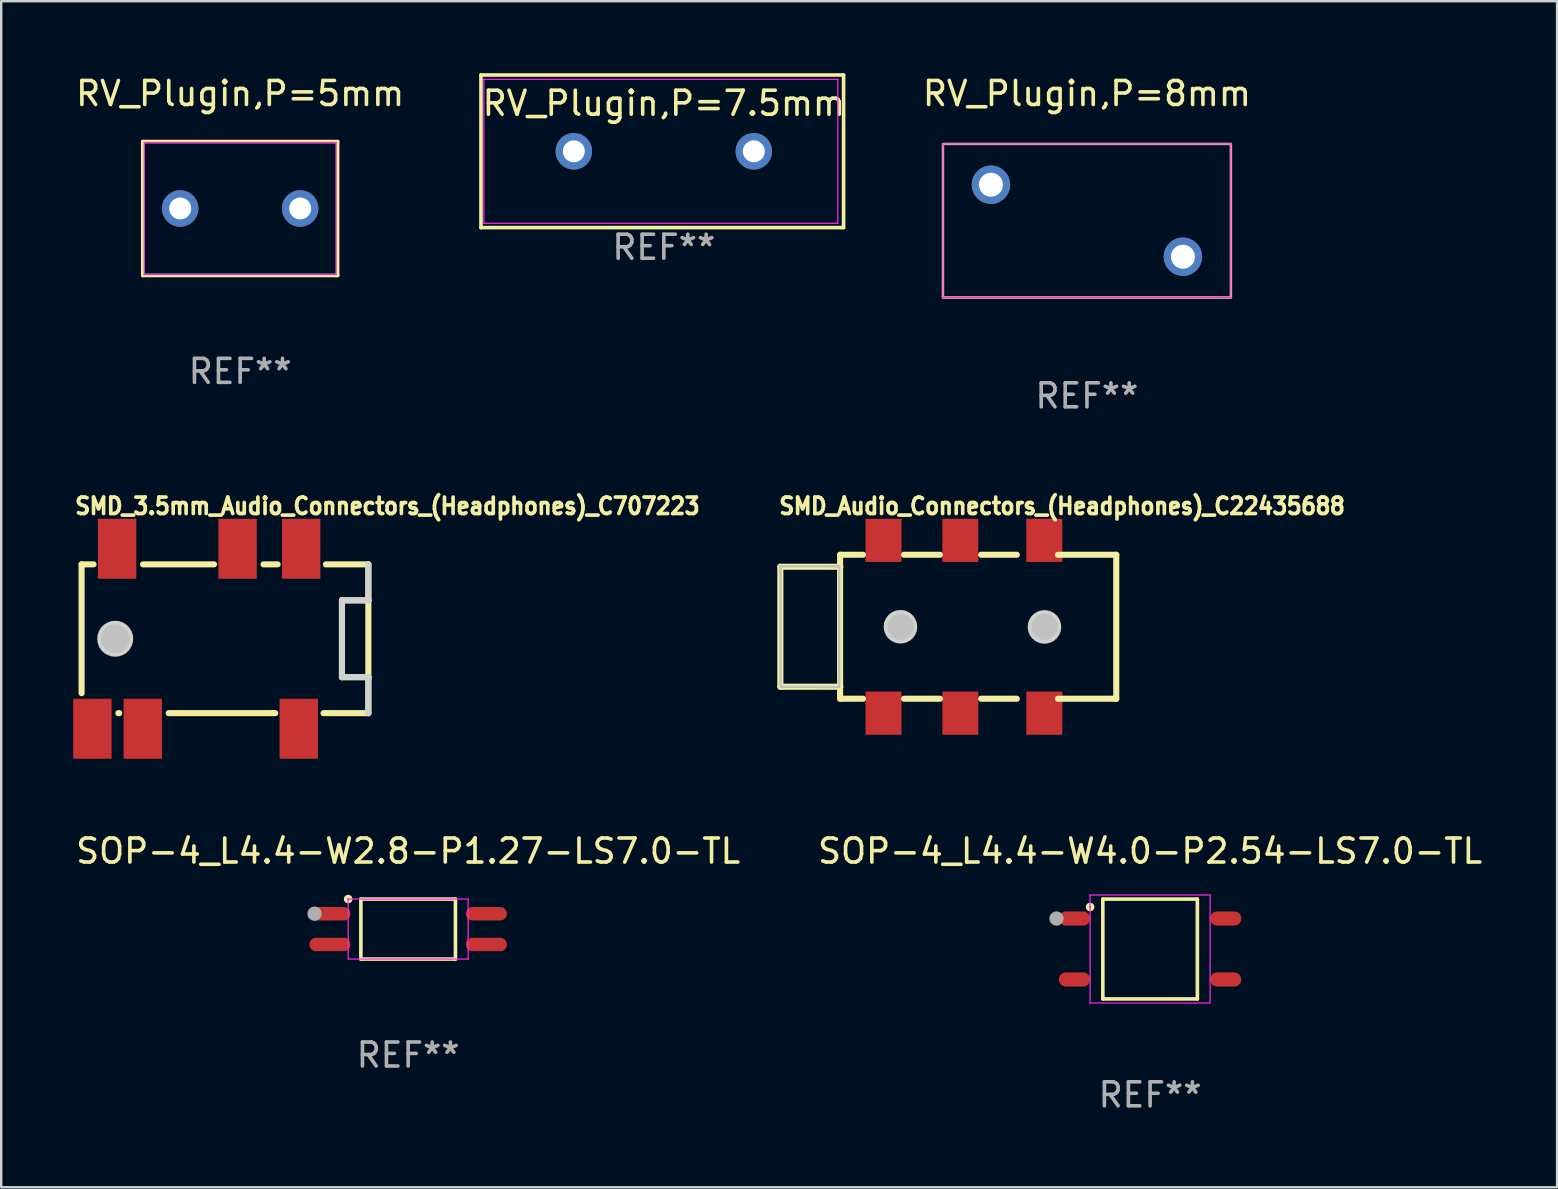
<source format=kicad_pcb>
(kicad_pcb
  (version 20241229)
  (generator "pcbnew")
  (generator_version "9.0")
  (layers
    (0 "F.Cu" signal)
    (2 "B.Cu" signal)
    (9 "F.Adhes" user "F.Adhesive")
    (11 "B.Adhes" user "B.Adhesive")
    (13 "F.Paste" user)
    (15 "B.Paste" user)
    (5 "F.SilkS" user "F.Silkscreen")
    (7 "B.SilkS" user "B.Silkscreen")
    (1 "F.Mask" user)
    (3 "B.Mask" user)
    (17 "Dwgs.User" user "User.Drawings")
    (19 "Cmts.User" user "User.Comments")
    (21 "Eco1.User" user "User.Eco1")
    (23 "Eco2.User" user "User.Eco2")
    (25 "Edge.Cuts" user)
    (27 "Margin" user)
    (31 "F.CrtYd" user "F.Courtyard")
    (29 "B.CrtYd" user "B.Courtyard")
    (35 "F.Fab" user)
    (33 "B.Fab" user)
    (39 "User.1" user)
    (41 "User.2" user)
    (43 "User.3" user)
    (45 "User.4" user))
  (footprint "RV_Plugin,P=7.5mm"
    (layer "F.Cu")
    (at 24.612 3.255)
    (property "Reference" "RV_Plugin,P=7.5mm" (at 0 -2 0) (layer "F.SilkS") (effects (font (size 1 1) (thickness 0.15))))
    (attr through_hole)
    (fp_line (start -7.62 -3.18) (end -7.62 3.18) (stroke (width 0.15) (type solid)) (layer "F.SilkS"))
    (fp_line (start -7.62 3.18) (end 7.49 3.18) (stroke (width 0.15) (type solid)) (layer "F.SilkS"))
    (fp_line (start 7.49 -3.18) (end -7.62 -3.18) (stroke (width 0.15) (type solid)) (layer "F.SilkS"))
    (fp_line (start 7.49 3.18) (end 7.49 -3.18) (stroke (width 0.15) (type solid)) (layer "F.SilkS"))
    (fp_line (start -7.5 -3) (end 7.25 -3) (stroke (width 0.05) (type default)) (layer "F.CrtYd"))
    (fp_line (start -7.5 3) (end -7.5 -3) (stroke (width 0.05) (type default)) (layer "F.CrtYd"))
    (fp_line (start 7.25 -3) (end 7.25 3) (stroke (width 0.05) (type default)) (layer "F.CrtYd"))
    (fp_line (start 7.25 3) (end -7.5 3) (stroke (width 0.05) (type default)) (layer "F.CrtYd"))
    (fp_text user "REF**" (at 0 4 0) (layer "F.Fab") (effects (font (size 1 1) (thickness 0.15))))
    (pad "1" thru_hole circle (at -3.75 0) (size 1.52 1.52) (drill 0.914) (layers "*.Cu" "*.Mask"))
    (pad "2" thru_hole circle (at 3.75 0) (size 1.52 1.52) (drill 0.914) (layers "*.Cu" "*.Mask")))
  (footprint "RV_Plugin,P=8mm"
    (layer "F.Cu")
    (at 42.243 6.148)
    (property "Reference" "RV_Plugin,P=8mm" (at 0 -5.3 0) (layer "F.SilkS") (effects (font (size 1 1) (thickness 0.15))))
    (attr through_hole)
    (fp_rect (start -6 -3.2) (end 6 3.2) (stroke (width 0.1) (type default)) (fill no) (layer "F.SilkS"))
    (fp_line (start -6 -3.2) (end 6 -3.2) (stroke (width 0.05) (type default)) (layer "F.CrtYd"))
    (fp_line (start -6 3.2) (end -6 -3.2) (stroke (width 0.05) (type default)) (layer "F.CrtYd"))
    (fp_line (start 6 -3.2) (end 6 3.2) (stroke (width 0.05) (type default)) (layer "F.CrtYd"))
    (fp_line (start 6 3.2) (end -6 3.2) (stroke (width 0.05) (type default)) (layer "F.CrtYd"))
    (fp_text user "REF**" (at 0 7.3 0) (layer "F.Fab") (effects (font (size 1 1) (thickness 0.15))))
    (pad "1" thru_hole circle (at -4 -1.5) (size 1.6 1.6) (drill 1) (layers "*.Cu" "*.Mask"))
    (pad "2" thru_hole circle (at 4 1.5) (size 1.6 1.6) (drill 1) (layers "*.Cu" "*.Mask")))
  (footprint "SMD_3.5mm_Audio_Connectors_(Headphones)_C707223"
    (layer "F.Cu")
    (at 5.15 23.567)
    (property "Reference" "SMD_3.5mm_Audio_Connectors_(Headphones)_C707223" (at -5.15 -5.127 0) (layer "F.SilkS") (effects (font (size 0.686 0.628) (thickness 0.152)) (justify left bottom)))
    (fp_line (start -4.8 -3.1) (end -4.8 2.269) (stroke (width 0.254) (type default)) (layer "F.SilkS"))
    (fp_line (start -4.301 -3.1) (end -4.8 -3.1) (stroke (width 0.254) (type default)) (layer "F.SilkS"))
    (fp_line (start -3.232 3.1) (end -3.269 3.1) (stroke (width 0.254) (type default)) (layer "F.SilkS"))
    (fp_line (start 0.719 -3.1) (end -2.239 -3.1) (stroke (width 0.254) (type default)) (layer "F.SilkS"))
    (fp_line (start 3.269 3.1) (end -1.169 3.1) (stroke (width 0.254) (type default)) (layer "F.SilkS"))
    (fp_line (start 3.369 -3.1) (end 2.781 -3.1) (stroke (width 0.254) (type default)) (layer "F.SilkS"))
    (fp_line (start 5.281 3.1) (end 7.15 3.1) (stroke (width 0.254) (type default)) (layer "F.SilkS"))
    (fp_line (start 5.381 -3.1) (end 7.15 -3.1) (stroke (width 0.254) (type default)) (layer "F.SilkS"))
    (fp_line (start 6.05 -1.6) (end 6.05 1.6) (stroke (width 0.254) (type default)) (layer "F.SilkS"))
    (fp_line (start 6.05 1.6) (end 7.15 1.6) (stroke (width 0.254) (type default)) (layer "F.SilkS"))
    (fp_line (start 7.15 -3.1) (end 7.15 -1.6) (stroke (width 0.254) (type default)) (layer "F.SilkS"))
    (fp_line (start 7.15 -1.6) (end 6.05 -1.6) (stroke (width 0.254) (type default)) (layer "F.SilkS"))
    (fp_line (start 7.15 -1.6) (end 7.15 1.6) (stroke (width 0.254) (type default)) (layer "F.SilkS"))
    (fp_line (start 7.15 1.6) (end 7.15 3.1) (stroke (width 0.254) (type default)) (layer "F.SilkS"))
    (fp_circle (center -3.4 0) (end -3.1 0) (stroke (width 0.6) (type default)) (fill no) (layer "Dwgs.User"))
    (fp_line (start 6.05 -1.6) (end 6.05 1.6) (stroke (width 0.254) (type default)) (layer "Edge.Cuts"))
    (fp_line (start 6.05 1.6) (end 7.15 1.6) (stroke (width 0.254) (type default)) (layer "Edge.Cuts"))
    (fp_line (start 7.15 -3.1) (end 7.15 -1.6) (stroke (width 0.254) (type default)) (layer "Edge.Cuts"))
    (fp_line (start 7.15 -1.6) (end 6.05 -1.6) (stroke (width 0.254) (type default)) (layer "Edge.Cuts"))
    (fp_line (start 7.15 1.6) (end 7.15 3.1) (stroke (width 0.254) (type default)) (layer "Edge.Cuts"))
    (fp_poly (pts (xy -2.65 0) (xy -2.669 -0.167) (xy -2.724 -0.325) (xy -2.814 -0.468) (xy -2.932 -0.586) (xy -3.075 -0.676) (xy -3.233 -0.731) (xy -3.4 -0.75) (xy -3.567 -0.731) (xy -3.725 -0.676) (xy -3.868 -0.586) (xy -3.986 -0.468) (xy -4.076 -0.325) (xy -4.131 -0.167) (xy -4.15 0) (xy -4.131 0.167) (xy -4.076 0.325) (xy -3.986 0.468) (xy -3.868 0.586) (xy -3.725 0.676) (xy -3.567 0.731) (xy -3.4 0.75) (xy -3.233 0.731) (xy -3.075 0.676) (xy -2.932 0.586) (xy -2.814 0.468) (xy -2.724 0.325) (xy -2.669 0.167)) (stroke (width 0) (type default)) (fill yes) (layer "Edge.Cuts"))
    (fp_poly (pts (xy -4.85 1.675) (xy -3.85 1.675) (xy -3.85 4.175) (xy -4.85 4.175)) (stroke (width 0.1) (type default)) (fill no) (layer "User.1"))
    (fp_poly (pts (xy -3.82 -4.175) (xy -2.82 -4.175) (xy -2.82 -2.675) (xy -3.82 -2.675)) (stroke (width 0.1) (type default)) (fill no) (layer "User.1"))
    (fp_poly (pts (xy -2.75 2.675) (xy -1.75 2.675) (xy -1.75 4.175) (xy -2.75 4.175)) (stroke (width 0.1) (type default)) (fill no) (layer "User.1"))
    (fp_poly (pts (xy 1.2 -4.175) (xy 2.2 -4.175) (xy 2.2 -2.675) (xy 1.2 -2.675)) (stroke (width 0.1) (type default)) (fill no) (layer "User.1"))
    (fp_poly (pts (xy 3.75 2.675) (xy 4.75 2.675) (xy 4.75 4.175) (xy 3.75 4.175)) (stroke (width 0.1) (type default)) (fill no) (layer "User.1"))
    (fp_poly (pts (xy 3.85 -4.175) (xy 4.85 -4.175) (xy 4.85 -3.075) (xy 3.85 -3.075)) (stroke (width 0.1) (type default)) (fill no) (layer "User.1"))
    (fp_line (start -4.85 -3.125) (end 7.15 -3.125) (stroke (width 0.051) (type default)) (layer "User.2"))
    (fp_line (start -4.85 3.125) (end -4.85 -3.125) (stroke (width 0.051) (type default)) (layer "User.2"))
    (fp_line (start 7.15 -3.125) (end 7.15 3.125) (stroke (width 0.051) (type default)) (layer "User.2"))
    (fp_line (start 7.15 3.125) (end -4.85 3.125) (stroke (width 0.051) (type default)) (layer "User.2"))
    (fp_poly (pts (xy 7.21 -4.175) (xy 7.192 -4.217) (xy 7.15 -4.235) (xy 7.108 -4.217) (xy 7.09 -4.175) (xy 7.108 -4.133) (xy 7.15 -4.115) (xy 7.192 -4.133)) (stroke (width 0.1) (type default)) (fill no) (layer "User.3"))
    (pad "1" smd rect (at 4.35 -3.75) (size 1.6 2.5) (layers "F.Cu" "F.Mask" "F.Paste"))
    (pad "2" smd rect (at -2.25 3.75) (size 1.6 2.5) (layers "F.Cu" "F.Mask" "F.Paste"))
    (pad "3" smd rect (at 1.7 -3.75) (size 1.6 2.5) (layers "F.Cu" "F.Mask" "F.Paste"))
    (pad "4" smd rect (at 4.25 3.75) (size 1.6 2.5) (layers "F.Cu" "F.Mask" "F.Paste"))
    (pad "5" smd rect (at -4.35 3.75) (size 1.6 2.5) (layers "F.Cu" "F.Mask" "F.Paste"))
    (pad "6" smd rect (at -3.32 -3.75) (size 1.6 2.5) (layers "F.Cu" "F.Mask" "F.Paste")))
  (footprint "SMD_Audio_Connectors_(Headphones)_C22435688"
    (layer "F.Cu")
    (at 37.117 23.067)
    (property "Reference" "SMD_Audio_Connectors_(Headphones)_C22435688" (at -7.777 -4.627 0) (layer "F.SilkS") (effects (font (size 0.686 0.628) (thickness 0.152)) (justify left bottom)))
    (fp_line (start -7.65 -2.5) (end -5.15 -2.5) (stroke (width 0.254) (type default)) (layer "F.SilkS"))
    (fp_line (start -7.649 2.5) (end -7.649 -2.5) (stroke (width 0.254) (type default)) (layer "F.SilkS"))
    (fp_line (start -7.649 2.5) (end -5.151 2.5) (stroke (width 0.254) (type default)) (layer "F.SilkS"))
    (fp_line (start -5.16 3) (end -5.16 -3) (stroke (width 0.254) (type default)) (layer "F.SilkS"))
    (fp_line (start -5.16 3) (end -4.206 3) (stroke (width 0.254) (type default)) (layer "F.SilkS"))
    (fp_line (start -4.206 -3) (end -5.15 -3) (stroke (width 0.254) (type default)) (layer "F.SilkS"))
    (fp_line (start -2.494 3) (end -0.996 3) (stroke (width 0.254) (type default)) (layer "F.SilkS"))
    (fp_line (start -0.996 -3) (end -2.494 -3) (stroke (width 0.254) (type default)) (layer "F.SilkS"))
    (fp_line (start 0.717 3) (end 2.204 3) (stroke (width 0.254) (type default)) (layer "F.SilkS"))
    (fp_line (start 2.204 -3) (end 0.717 -3) (stroke (width 0.254) (type default)) (layer "F.SilkS"))
    (fp_line (start 3.917 3) (end 6.348 3) (stroke (width 0.254) (type default)) (layer "F.SilkS"))
    (fp_line (start 6.348 3.003) (end 6.348 -2.997) (stroke (width 0.254) (type default)) (layer "F.SilkS"))
    (fp_line (start 6.35 -3) (end 3.917 -3) (stroke (width 0.254) (type default)) (layer "F.SilkS"))
    (fp_circle (center -2.644 0) (end -2.369 0) (stroke (width 0.55) (type default)) (fill no) (layer "Dwgs.User"))
    (fp_circle (center 3.356 0) (end 3.631 0) (stroke (width 0.55) (type default)) (fill no) (layer "Dwgs.User"))
    (fp_poly (pts (xy -7.644 2.5) (xy -7.644 -2.52) (xy -5.194 -2.52) (xy -5.194 2.51) (xy -5.375 2.51)) (stroke (width 0.1) (type default)) (fill no) (layer "Dwgs.User"))
    (fp_poly (pts (xy -1.944 0) (xy -1.965 -0.168) (xy -2.025 -0.325) (xy -2.121 -0.464) (xy -2.247 -0.576) (xy -2.396 -0.655) (xy -2.56 -0.695) (xy -2.729 -0.695) (xy -2.893 -0.655) (xy -3.042 -0.576) (xy -3.168 -0.464) (xy -3.264 -0.325) (xy -3.324 -0.168) (xy -3.345 0) (xy -3.324 0.168) (xy -3.264 0.325) (xy -3.168 0.464) (xy -3.042 0.576) (xy -2.893 0.655) (xy -2.729 0.695) (xy -2.56 0.695) (xy -2.396 0.655) (xy -2.247 0.576) (xy -2.121 0.464) (xy -2.025 0.325) (xy -1.965 0.168)) (stroke (width 0) (type default)) (fill yes) (layer "Edge.Cuts"))
    (fp_poly (pts (xy 4.056 0.007) (xy 4.035 -0.16) (xy 3.975 -0.318) (xy 3.879 -0.457) (xy 3.753 -0.569) (xy 3.604 -0.647) (xy 3.44 -0.687) (xy 3.271 -0.687) (xy 3.107 -0.647) (xy 2.958 -0.569) (xy 2.832 -0.457) (xy 2.736 -0.318) (xy 2.676 -0.16) (xy 2.655 0.007) (xy 2.676 0.175) (xy 2.736 0.333) (xy 2.832 0.472) (xy 2.958 0.584) (xy 3.107 0.662) (xy 3.271 0.702) (xy 3.44 0.702) (xy 3.604 0.662) (xy 3.753 0.584) (xy 3.879 0.472) (xy 3.975 0.333) (xy 4.035 0.175)) (stroke (width 0) (type default)) (fill yes) (layer "Edge.Cuts"))
    (fp_poly (pts (xy -3.85 -4) (xy -2.85 -4) (xy -2.85 -2.7) (xy -3.85 -2.7)) (stroke (width 0.1) (type default)) (fill no) (layer "User.1"))
    (fp_poly (pts (xy -3.85 2.7) (xy -2.85 2.7) (xy -2.85 4) (xy -3.85 4)) (stroke (width 0.1) (type default)) (fill no) (layer "User.1"))
    (fp_poly (pts (xy -0.65 -4) (xy 0.349 -4) (xy 0.349 -2.7) (xy -0.65 -2.7)) (stroke (width 0.1) (type default)) (fill no) (layer "User.1"))
    (fp_poly (pts (xy -0.65 2.7) (xy 0.349 2.7) (xy 0.349 4) (xy -0.65 4)) (stroke (width 0.1) (type default)) (fill no) (layer "User.1"))
    (fp_poly (pts (xy 2.85 -4) (xy 3.85 -4) (xy 3.85 -2.7) (xy 2.85 -2.7)) (stroke (width 0.1) (type default)) (fill no) (layer "User.1"))
    (fp_poly (pts (xy 2.85 2.7) (xy 3.85 2.7) (xy 3.85 4) (xy 2.85 4)) (stroke (width 0.1) (type default)) (fill no) (layer "User.1"))
    (fp_line (start -7.649 -2.5) (end -5.149 -2.5) (stroke (width 0.051) (type default)) (layer "User.2"))
    (fp_line (start -7.649 2.5) (end -7.649 -2.5) (stroke (width 0.051) (type default)) (layer "User.2"))
    (fp_line (start -5.149 -3) (end 6.351 -3) (stroke (width 0.051) (type default)) (layer "User.2"))
    (fp_line (start -5.149 -2.5) (end -5.149 -3) (stroke (width 0.051) (type default)) (layer "User.2"))
    (fp_line (start -5.149 2.5) (end -7.649 2.5) (stroke (width 0.051) (type default)) (layer "User.2"))
    (fp_line (start -5.149 3) (end -5.149 2.5) (stroke (width 0.051) (type default)) (layer "User.2"))
    (fp_line (start 6.351 -3) (end 6.351 3) (stroke (width 0.051) (type default)) (layer "User.2"))
    (fp_line (start 6.351 3) (end -5.149 3) (stroke (width 0.051) (type default)) (layer "User.2"))
    (fp_poly (pts (xy -7.589 -4) (xy -7.607 -4.042) (xy -7.649 -4.06) (xy -7.691 -4.042) (xy -7.709 -4) (xy -7.691 -3.958) (xy -7.649 -3.94) (xy -7.607 -3.958)) (stroke (width 0.1) (type default)) (fill no) (layer "User.3"))
    (pad "1" smd rect (at -3.35 -3.6 180) (size 1.5 1.8) (layers "F.Cu" "F.Mask" "F.Paste"))
    (pad "1" smd rect (at -3.35 3.6 180) (size 1.5 1.8) (layers "F.Cu" "F.Mask" "F.Paste"))
    (pad "2" smd rect (at -0.15 -3.6 180) (size 1.5 1.8) (layers "F.Cu" "F.Mask" "F.Paste"))
    (pad "2" smd rect (at -0.15 3.6 180) (size 1.5 1.8) (layers "F.Cu" "F.Mask" "F.Paste"))
    (pad "3" smd rect (at 3.35 -3.6 180) (size 1.5 1.8) (layers "F.Cu" "F.Mask" "F.Paste"))
    (pad "3" smd rect (at 3.35 3.6 180) (size 1.5 1.8) (layers "F.Cu" "F.Mask" "F.Paste")))
  (footprint "SOP-4_L4.4-W4.0-P2.54-LS7.0-TL"
    (layer "F.Cu")
    (at 44.875 36.495)
    (property "Reference" "SOP-4_L4.4-W4.0-P2.54-LS7.0-TL" (at 0 -4.08 0) (layer "F.SilkS") (effects (font (size 1 1) (thickness 0.15))))
    (attr smd)
    (fp_line (start -1.97 -2.08) (end 1.97 -2.08) (stroke (width 0.15) (type solid)) (layer "F.SilkS"))
    (fp_line (start -1.97 2.08) (end -1.97 -2.08) (stroke (width 0.15) (type solid)) (layer "F.SilkS"))
    (fp_line (start 1.97 -2.08) (end 1.97 2.08) (stroke (width 0.15) (type solid)) (layer "F.SilkS"))
    (fp_line (start 1.97 2.08) (end -1.97 2.08) (stroke (width 0.15) (type solid)) (layer "F.SilkS"))
    (fp_circle (center -2.5 -1.75) (end -2.47 -1.75) (stroke (width 0.15) (type solid)) (fill no) (layer "F.SilkS"))
    (fp_line (start -2.5 -2.25) (end 2.5 -2.25) (stroke (width 0.05) (type default)) (layer "F.CrtYd"))
    (fp_line (start -2.5 2.25) (end -2.5 -2.25) (stroke (width 0.05) (type default)) (layer "F.CrtYd"))
    (fp_line (start 2.5 -2.25) (end 2.5 2.25) (stroke (width 0.05) (type default)) (layer "F.CrtYd"))
    (fp_line (start 2.5 2.25) (end -2.5 2.25) (stroke (width 0.05) (type default)) (layer "F.CrtYd"))
    (fp_circle (center -3.9 -1.27) (end -3.75 -1.27) (stroke (width 0.3) (type solid)) (fill no) (layer "F.Fab"))
    (fp_text user "REF**" (at 0 6.08 0) (layer "F.Fab") (effects (font (size 1 1) (thickness 0.15))))
    (pad "1" smd oval (at -3.15 -1.27 270) (size 0.59 1.3) (layers "F.Cu" "F.Mask" "F.Paste"))
    (pad "2" smd oval (at -3.15 1.27 270) (size 0.59 1.3) (layers "F.Cu" "F.Mask" "F.Paste"))
    (pad "3" smd oval (at 3.15 1.27 270) (size 0.59 1.3) (layers "F.Cu" "F.Mask" "F.Paste"))
    (pad "4" smd oval (at 3.15 -1.27 270) (size 0.59 1.3) (layers "F.Cu" "F.Mask" "F.Paste")))
  (footprint "RV_Plugin,P=5mm"
    (layer "F.Cu")
    (at 6.958 5.638)
    (property "Reference" "RV_Plugin,P=5mm" (at 0 -4.79 0) (layer "F.SilkS") (effects (font (size 1 1) (thickness 0.15))))
    (attr through_hole)
    (fp_line (start -4.06 -2.79) (end 4.06 -2.79) (stroke (width 0.15) (type solid)) (layer "F.SilkS"))
    (fp_line (start -4.06 2.79) (end -4.06 -2.79) (stroke (width 0.15) (type solid)) (layer "F.SilkS"))
    (fp_line (start 4.06 -2.79) (end 4.06 2.79) (stroke (width 0.15) (type solid)) (layer "F.SilkS"))
    (fp_line (start 4.06 2.79) (end -4.06 2.79) (stroke (width 0.15) (type solid)) (layer "F.SilkS"))
    (fp_line (start -4 -2.75) (end 4 -2.75) (stroke (width 0.05) (type default)) (layer "F.CrtYd"))
    (fp_line (start -4 2.75) (end -4 -2.75) (stroke (width 0.05) (type default)) (layer "F.CrtYd"))
    (fp_line (start 4 -2.75) (end 4 2.75) (stroke (width 0.05) (type default)) (layer "F.CrtYd"))
    (fp_line (start 4 2.75) (end -4 2.75) (stroke (width 0.05) (type default)) (layer "F.CrtYd"))
    (fp_text user "REF**" (at 0 6.79 0) (layer "F.Fab") (effects (font (size 1 1) (thickness 0.15))))
    (pad "1" thru_hole circle (at -2.5 0) (size 1.52 1.52) (drill 0.914) (layers "*.Cu" "*.Mask"))
    (pad "2" thru_hole circle (at 2.5 0) (size 1.52 1.52) (drill 0.914) (layers "*.Cu" "*.Mask")))
  (footprint "SOP-4_L4.4-W2.8-P1.27-LS7.0-TL"
    (layer "F.Cu")
    (at 13.958 35.665)
    (property "Reference" "SOP-4_L4.4-W2.8-P1.27-LS7.0-TL" (at 0 -3.25 0) (layer "F.SilkS") (effects (font (size 1 1) (thickness 0.15))))
    (attr smd)
    (fp_line (start -1.97 -1.25) (end 1.97 -1.25) (stroke (width 0.15) (type solid)) (layer "F.SilkS"))
    (fp_line (start -1.97 1.25) (end -1.97 -1.25) (stroke (width 0.15) (type solid)) (layer "F.SilkS"))
    (fp_line (start 1.97 -1.25) (end 1.97 1.25) (stroke (width 0.15) (type solid)) (layer "F.SilkS"))
    (fp_line (start 1.97 1.25) (end -1.97 1.25) (stroke (width 0.15) (type solid)) (layer "F.SilkS"))
    (fp_circle (center -2.5 -1.25) (end -2.47 -1.25) (stroke (width 0.15) (type solid)) (fill no) (layer "F.SilkS"))
    (fp_line (start -2.5 -1.25) (end 2.5 -1.25) (stroke (width 0.05) (type default)) (layer "F.CrtYd"))
    (fp_line (start -2.5 1.25) (end -2.5 -1.25) (stroke (width 0.05) (type default)) (layer "F.CrtYd"))
    (fp_line (start 2.5 -1.25) (end 2.5 1.25) (stroke (width 0.05) (type default)) (layer "F.CrtYd"))
    (fp_line (start 2.5 1.25) (end -2.5 1.25) (stroke (width 0.05) (type default)) (layer "F.CrtYd"))
    (fp_circle (center -3.9 -0.64) (end -3.75 -0.64) (stroke (width 0.3) (type solid)) (fill no) (layer "F.Fab"))
    (fp_text user "REF**" (at 0 5.25 0) (layer "F.Fab") (effects (font (size 1 1) (thickness 0.15))))
    (pad "1" smd oval (at -3.26 -0.64 270) (size 0.56 1.71) (layers "F.Cu" "F.Mask" "F.Paste"))
    (pad "2" smd oval (at -3.26 0.64 270) (size 0.56 1.71) (layers "F.Cu" "F.Mask" "F.Paste"))
    (pad "3" smd oval (at 3.26 0.64 270) (size 0.56 1.71) (layers "F.Cu" "F.Mask" "F.Paste"))
    (pad "4" smd oval (at 3.26 -0.64 270) (size 0.56 1.71) (layers "F.Cu" "F.Mask" "F.Paste")))
  (gr_rect
    (start -3 -3)
    (end 61.833 46.423)
    (stroke (width 0.1) (type default))
    (fill no)
    (layer "Edge.Cuts")))
</source>
